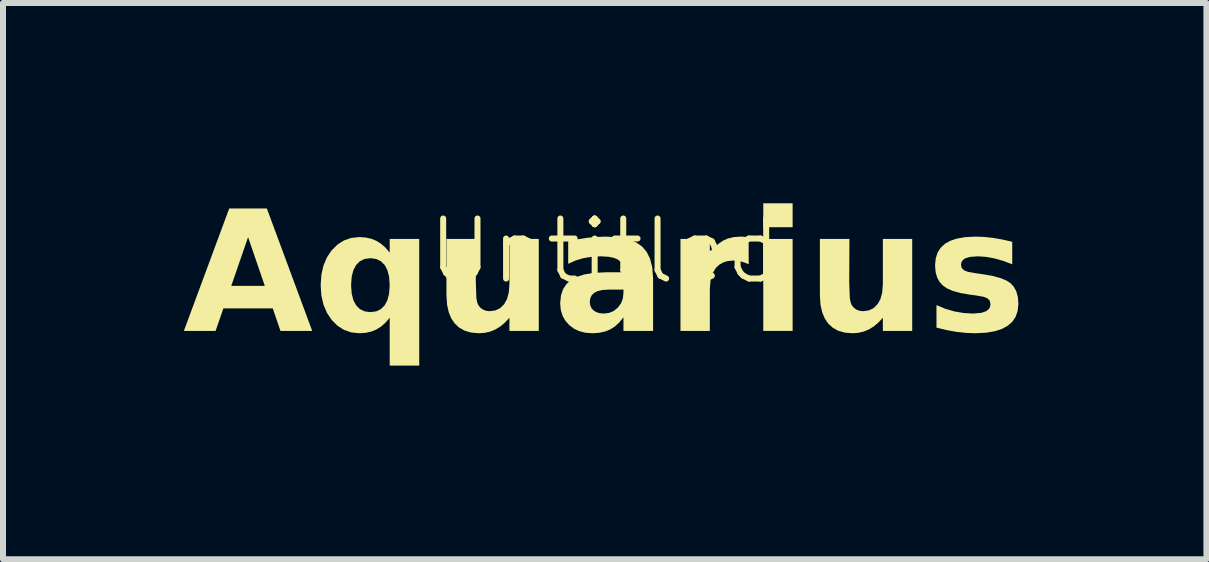
<source format=kicad_pcb>
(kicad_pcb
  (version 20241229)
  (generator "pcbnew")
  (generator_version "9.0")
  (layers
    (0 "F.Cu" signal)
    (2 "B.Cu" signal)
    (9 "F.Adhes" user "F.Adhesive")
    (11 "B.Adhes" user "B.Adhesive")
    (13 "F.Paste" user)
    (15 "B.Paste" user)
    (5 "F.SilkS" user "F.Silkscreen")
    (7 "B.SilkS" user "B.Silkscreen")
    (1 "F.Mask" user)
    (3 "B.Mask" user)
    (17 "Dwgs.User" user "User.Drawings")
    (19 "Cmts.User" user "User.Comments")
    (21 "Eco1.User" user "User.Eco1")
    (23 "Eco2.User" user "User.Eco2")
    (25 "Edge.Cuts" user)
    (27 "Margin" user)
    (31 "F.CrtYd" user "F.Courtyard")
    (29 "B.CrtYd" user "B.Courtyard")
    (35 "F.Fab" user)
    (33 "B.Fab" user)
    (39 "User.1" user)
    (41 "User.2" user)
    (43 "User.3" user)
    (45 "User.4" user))
  (footprint "Untitled"
    (layer "F.Cu")
    (at 7.024 1.633)
    (property "Reference" "Untitled" (at 0 -0.5 0) (unlocked yes) (layer "F.SilkS") (effects (font (size 1 1) (thickness 0.1))))
    (fp_text user "Aquarius" (at 0 0 0) (unlocked yes) (layer "F.SilkS") (effects (font (face "Bruno Ace SC") (size 2 2) (thickness 0.2) (bold yes)))))
  (gr_rect
    (start -3 -3)
    (end 17.049 6.267)
    (stroke (width 0.1) (type default))
    (fill no)
    (layer "Edge.Cuts")))
</source>
